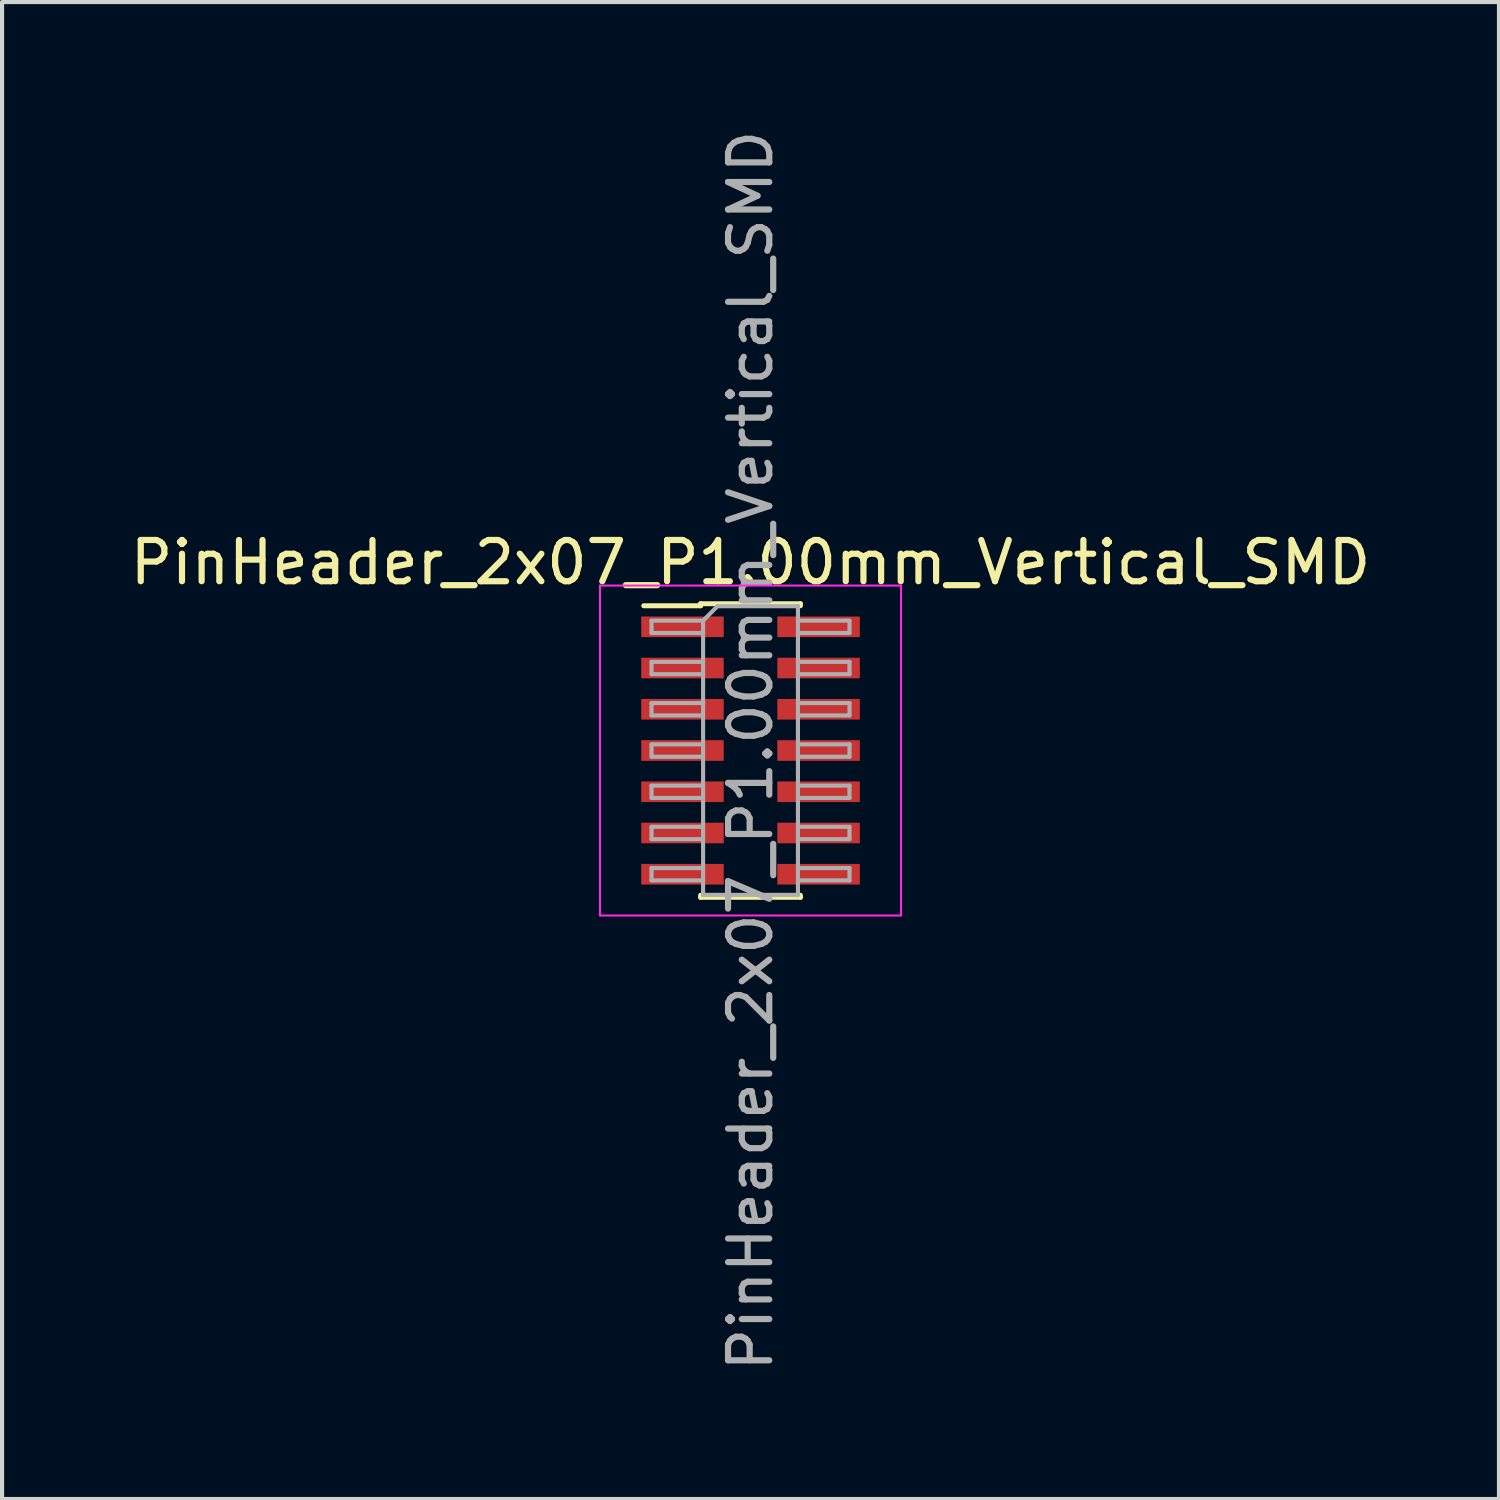
<source format=kicad_pcb>
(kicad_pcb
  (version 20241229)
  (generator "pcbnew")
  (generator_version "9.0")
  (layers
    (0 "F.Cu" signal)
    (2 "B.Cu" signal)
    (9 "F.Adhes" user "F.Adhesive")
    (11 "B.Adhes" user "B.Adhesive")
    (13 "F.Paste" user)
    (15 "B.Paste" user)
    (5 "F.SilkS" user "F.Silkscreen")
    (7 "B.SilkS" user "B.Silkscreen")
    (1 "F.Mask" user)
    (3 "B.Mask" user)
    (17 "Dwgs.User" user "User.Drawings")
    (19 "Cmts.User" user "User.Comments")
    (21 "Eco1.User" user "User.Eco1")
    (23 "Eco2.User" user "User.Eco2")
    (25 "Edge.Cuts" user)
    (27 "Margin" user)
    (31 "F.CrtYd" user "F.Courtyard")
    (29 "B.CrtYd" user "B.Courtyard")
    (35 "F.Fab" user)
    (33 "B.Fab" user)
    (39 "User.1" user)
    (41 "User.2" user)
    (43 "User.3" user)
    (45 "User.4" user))
  (footprint "PinHeader_2x07_P1.00mm_Vertical_SMD"
    (layer "F.Cu")
    (at 15.149 15.149)
    (property "Reference" "PinHeader_2x07_P1.00mm_Vertical_SMD" (at 0 -4.56 0) (layer "F.SilkS") (effects (font (size 1 1) (thickness 0.15))))
    (attr smd)
    (fp_line (start -2.59 -3.51) (end -1.21 -3.51) (stroke (width 0.12) (type solid)) (layer "F.SilkS"))
    (fp_line (start -1.21 -3.56) (end -1.21 -3.51) (stroke (width 0.12) (type solid)) (layer "F.SilkS"))
    (fp_line (start -1.21 -3.56) (end 1.21 -3.56) (stroke (width 0.12) (type solid)) (layer "F.SilkS"))
    (fp_line (start -1.21 3.51) (end -1.21 3.56) (stroke (width 0.12) (type solid)) (layer "F.SilkS"))
    (fp_line (start -1.21 3.56) (end 1.21 3.56) (stroke (width 0.12) (type solid)) (layer "F.SilkS"))
    (fp_line (start 1.21 -3.56) (end 1.21 -3.51) (stroke (width 0.12) (type solid)) (layer "F.SilkS"))
    (fp_line (start 1.21 3.51) (end 1.21 3.56) (stroke (width 0.12) (type solid)) (layer "F.SilkS"))
    (fp_line (start -3.65 -4) (end -3.65 4) (stroke (width 0.05) (type solid)) (layer "F.CrtYd"))
    (fp_line (start -3.65 4) (end 3.65 4) (stroke (width 0.05) (type solid)) (layer "F.CrtYd"))
    (fp_line (start 3.65 -4) (end -3.65 -4) (stroke (width 0.05) (type solid)) (layer "F.CrtYd"))
    (fp_line (start 3.65 4) (end 3.65 -4) (stroke (width 0.05) (type solid)) (layer "F.CrtYd"))
    (fp_line (start -2.4 -3.15) (end -2.4 -2.85) (stroke (width 0.1) (type solid)) (layer "F.Fab"))
    (fp_line (start -2.4 -2.85) (end -1.15 -2.85) (stroke (width 0.1) (type solid)) (layer "F.Fab"))
    (fp_line (start -2.4 -2.15) (end -2.4 -1.85) (stroke (width 0.1) (type solid)) (layer "F.Fab"))
    (fp_line (start -2.4 -1.85) (end -1.15 -1.85) (stroke (width 0.1) (type solid)) (layer "F.Fab"))
    (fp_line (start -2.4 -1.15) (end -2.4 -0.85) (stroke (width 0.1) (type solid)) (layer "F.Fab"))
    (fp_line (start -2.4 -0.85) (end -1.15 -0.85) (stroke (width 0.1) (type solid)) (layer "F.Fab"))
    (fp_line (start -2.4 -0.15) (end -2.4 0.15) (stroke (width 0.1) (type solid)) (layer "F.Fab"))
    (fp_line (start -2.4 0.15) (end -1.15 0.15) (stroke (width 0.1) (type solid)) (layer "F.Fab"))
    (fp_line (start -2.4 0.85) (end -2.4 1.15) (stroke (width 0.1) (type solid)) (layer "F.Fab"))
    (fp_line (start -2.4 1.15) (end -1.15 1.15) (stroke (width 0.1) (type solid)) (layer "F.Fab"))
    (fp_line (start -2.4 1.85) (end -2.4 2.15) (stroke (width 0.1) (type solid)) (layer "F.Fab"))
    (fp_line (start -2.4 2.15) (end -1.15 2.15) (stroke (width 0.1) (type solid)) (layer "F.Fab"))
    (fp_line (start -2.4 2.85) (end -2.4 3.15) (stroke (width 0.1) (type solid)) (layer "F.Fab"))
    (fp_line (start -2.4 3.15) (end -1.15 3.15) (stroke (width 0.1) (type solid)) (layer "F.Fab"))
    (fp_line (start -1.15 -3.15) (end -2.4 -3.15) (stroke (width 0.1) (type solid)) (layer "F.Fab"))
    (fp_line (start -1.15 -3.15) (end -0.8 -3.5) (stroke (width 0.1) (type solid)) (layer "F.Fab"))
    (fp_line (start -1.15 -2.15) (end -2.4 -2.15) (stroke (width 0.1) (type solid)) (layer "F.Fab"))
    (fp_line (start -1.15 -1.15) (end -2.4 -1.15) (stroke (width 0.1) (type solid)) (layer "F.Fab"))
    (fp_line (start -1.15 -0.15) (end -2.4 -0.15) (stroke (width 0.1) (type solid)) (layer "F.Fab"))
    (fp_line (start -1.15 0.85) (end -2.4 0.85) (stroke (width 0.1) (type solid)) (layer "F.Fab"))
    (fp_line (start -1.15 1.85) (end -2.4 1.85) (stroke (width 0.1) (type solid)) (layer "F.Fab"))
    (fp_line (start -1.15 2.85) (end -2.4 2.85) (stroke (width 0.1) (type solid)) (layer "F.Fab"))
    (fp_line (start -1.15 3.5) (end -1.15 -3.15) (stroke (width 0.1) (type solid)) (layer "F.Fab"))
    (fp_line (start -0.8 -3.5) (end 1.15 -3.5) (stroke (width 0.1) (type solid)) (layer "F.Fab"))
    (fp_line (start 1.15 -3.5) (end 1.15 3.5) (stroke (width 0.1) (type solid)) (layer "F.Fab"))
    (fp_line (start 1.15 -3.15) (end 2.4 -3.15) (stroke (width 0.1) (type solid)) (layer "F.Fab"))
    (fp_line (start 1.15 -2.15) (end 2.4 -2.15) (stroke (width 0.1) (type solid)) (layer "F.Fab"))
    (fp_line (start 1.15 -1.15) (end 2.4 -1.15) (stroke (width 0.1) (type solid)) (layer "F.Fab"))
    (fp_line (start 1.15 -0.15) (end 2.4 -0.15) (stroke (width 0.1) (type solid)) (layer "F.Fab"))
    (fp_line (start 1.15 0.85) (end 2.4 0.85) (stroke (width 0.1) (type solid)) (layer "F.Fab"))
    (fp_line (start 1.15 1.85) (end 2.4 1.85) (stroke (width 0.1) (type solid)) (layer "F.Fab"))
    (fp_line (start 1.15 2.85) (end 2.4 2.85) (stroke (width 0.1) (type solid)) (layer "F.Fab"))
    (fp_line (start 1.15 3.5) (end -1.15 3.5) (stroke (width 0.1) (type solid)) (layer "F.Fab"))
    (fp_line (start 2.4 -3.15) (end 2.4 -2.85) (stroke (width 0.1) (type solid)) (layer "F.Fab"))
    (fp_line (start 2.4 -2.85) (end 1.15 -2.85) (stroke (width 0.1) (type solid)) (layer "F.Fab"))
    (fp_line (start 2.4 -2.15) (end 2.4 -1.85) (stroke (width 0.1) (type solid)) (layer "F.Fab"))
    (fp_line (start 2.4 -1.85) (end 1.15 -1.85) (stroke (width 0.1) (type solid)) (layer "F.Fab"))
    (fp_line (start 2.4 -1.15) (end 2.4 -0.85) (stroke (width 0.1) (type solid)) (layer "F.Fab"))
    (fp_line (start 2.4 -0.85) (end 1.15 -0.85) (stroke (width 0.1) (type solid)) (layer "F.Fab"))
    (fp_line (start 2.4 -0.15) (end 2.4 0.15) (stroke (width 0.1) (type solid)) (layer "F.Fab"))
    (fp_line (start 2.4 0.15) (end 1.15 0.15) (stroke (width 0.1) (type solid)) (layer "F.Fab"))
    (fp_line (start 2.4 0.85) (end 2.4 1.15) (stroke (width 0.1) (type solid)) (layer "F.Fab"))
    (fp_line (start 2.4 1.15) (end 1.15 1.15) (stroke (width 0.1) (type solid)) (layer "F.Fab"))
    (fp_line (start 2.4 1.85) (end 2.4 2.15) (stroke (width 0.1) (type solid)) (layer "F.Fab"))
    (fp_line (start 2.4 2.15) (end 1.15 2.15) (stroke (width 0.1) (type solid)) (layer "F.Fab"))
    (fp_line (start 2.4 2.85) (end 2.4 3.15) (stroke (width 0.1) (type solid)) (layer "F.Fab"))
    (fp_line (start 2.4 3.15) (end 1.15 3.15) (stroke (width 0.1) (type solid)) (layer "F.Fab"))
    (fp_text user "${REFERENCE}" (at 0 0 90) (layer "F.Fab") (effects (font (size 1 1) (thickness 0.15))))
    (pad "1" smd rect (at -1.65 -3) (size 2 0.5) (layers "F.Cu" "F.Mask" "F.Paste"))
    (pad "2" smd rect (at 1.65 -3) (size 2 0.5) (layers "F.Cu" "F.Mask" "F.Paste"))
    (pad "3" smd rect (at -1.65 -2) (size 2 0.5) (layers "F.Cu" "F.Mask" "F.Paste"))
    (pad "4" smd rect (at 1.65 -2) (size 2 0.5) (layers "F.Cu" "F.Mask" "F.Paste"))
    (pad "5" smd rect (at -1.65 -1) (size 2 0.5) (layers "F.Cu" "F.Mask" "F.Paste"))
    (pad "6" smd rect (at 1.65 -1) (size 2 0.5) (layers "F.Cu" "F.Mask" "F.Paste"))
    (pad "7" smd rect (at -1.65 0) (size 2 0.5) (layers "F.Cu" "F.Mask" "F.Paste"))
    (pad "8" smd rect (at 1.65 0) (size 2 0.5) (layers "F.Cu" "F.Mask" "F.Paste"))
    (pad "9" smd rect (at -1.65 1) (size 2 0.5) (layers "F.Cu" "F.Mask" "F.Paste"))
    (pad "10" smd rect (at 1.65 1) (size 2 0.5) (layers "F.Cu" "F.Mask" "F.Paste"))
    (pad "11" smd rect (at -1.65 2) (size 2 0.5) (layers "F.Cu" "F.Mask" "F.Paste"))
    (pad "12" smd rect (at 1.65 2) (size 2 0.5) (layers "F.Cu" "F.Mask" "F.Paste"))
    (pad "13" smd rect (at -1.65 3) (size 2 0.5) (layers "F.Cu" "F.Mask" "F.Paste"))
    (pad "14" smd rect (at 1.65 3) (size 2 0.5) (layers "F.Cu" "F.Mask" "F.Paste")))
  (gr_rect
    (start -3 -3)
    (end 33.298 33.298)
    (stroke (width 0.1) (type default))
    (fill no)
    (layer "Edge.Cuts")))
</source>
